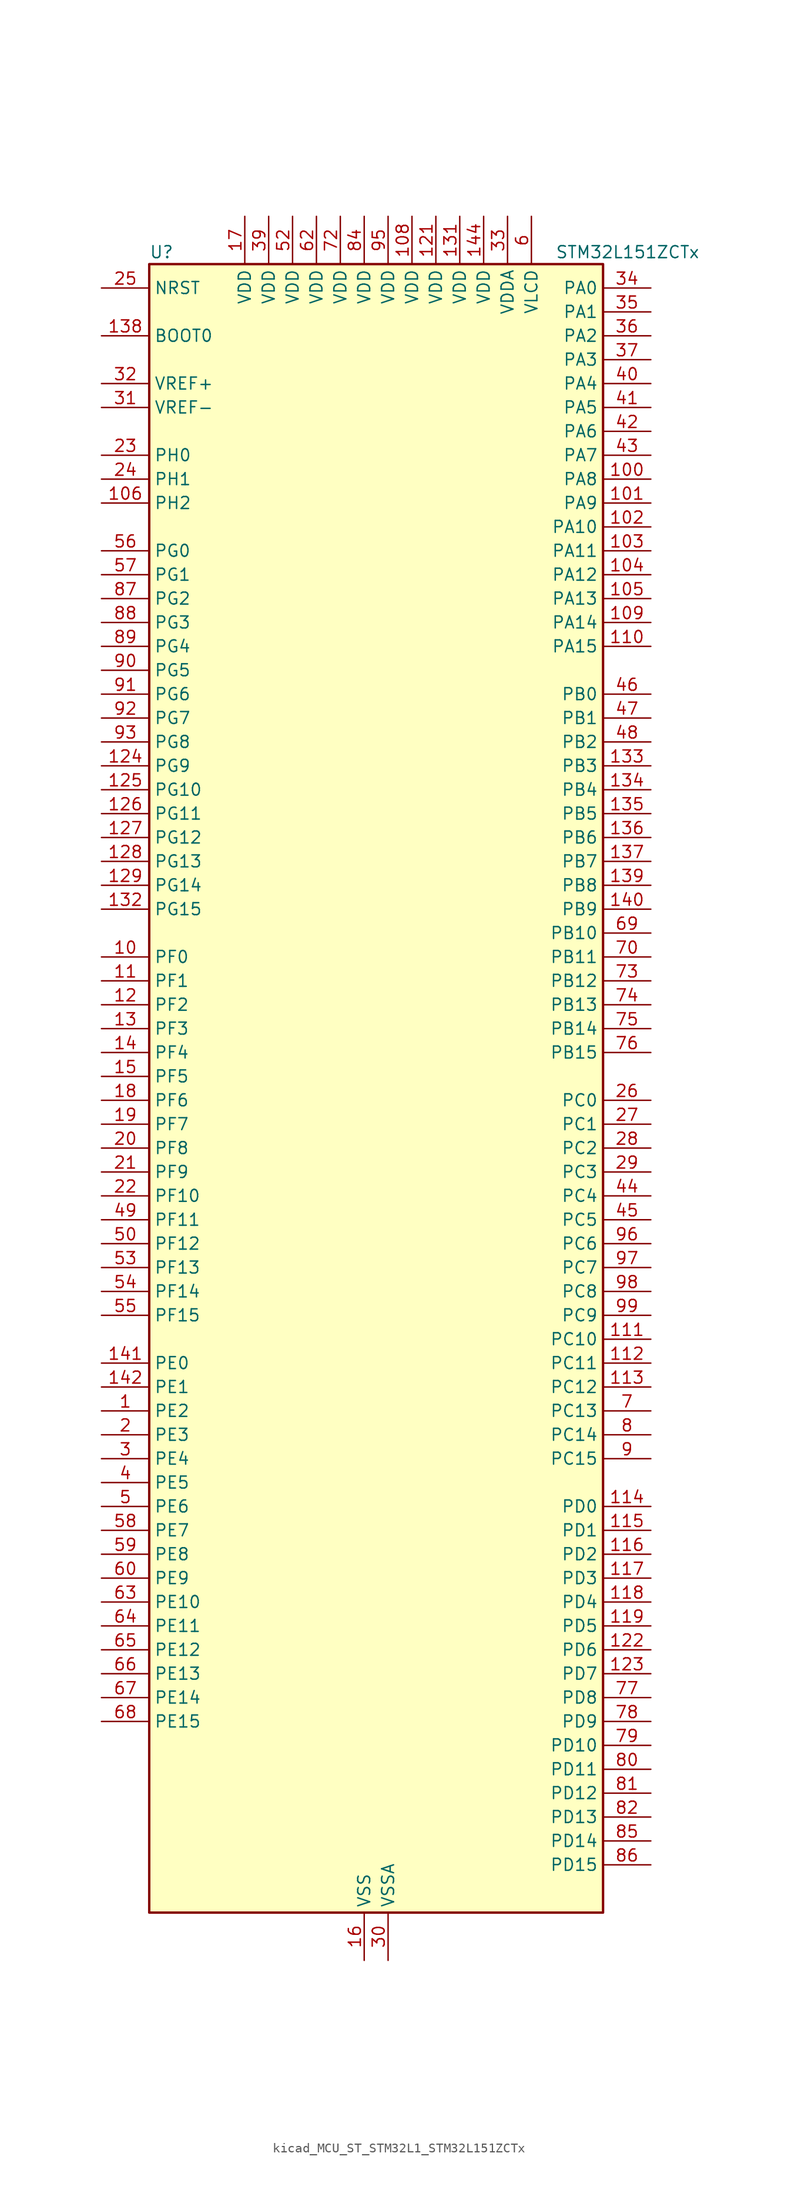
<source format=kicad_sym>
(kicad_symbol_lib
  (version 20220914)
  (generator kicad_symbol_editor)
  (symbol "kicad_MCU_ST_STM32L1_STM32L151ZCTx"
    (property "Reference" "U"
      (at -22.86 90.17 0)
      (effects (font (size 1.27 1.27)) (justify left)))
    (property "Value" "STM32L151ZCTx"
      (at 20.32 90.17 0)
      (effects (font (size 1.27 1.27)) (justify left)))
    (property "ki_locked" ""
      (at 0 0 0)
      (effects (font (size 1.27 1.27))))
    (symbol "kicad_MCU_ST_STM32L1_STM32L151ZCTx_0_1"
      (rectangle (start -22.86 -86.36) (end 25.4 88.9) (stroke (width 0.254) (type default)) (fill (type background))))
    (symbol "kicad_MCU_ST_STM32L1_STM32L151ZCTx_1_1"
      (pin bidirectional line (at -27.94 -33.02 0) (length 5.08) (name "PE2" (effects (font (size 1.27 1.27)))) (number "1" (effects (font (size 1.27 1.27)))) (alternate "SYS_TRACECK" bidirectional line) (alternate "TIM3_ETR" bidirectional line) (alternate "TIMX_IC3" bidirectional line))
      (pin bidirectional line (at -27.94 15.24 0) (length 5.08) (name "PF0" (effects (font (size 1.27 1.27)))) (number "10" (effects (font (size 1.27 1.27)))))
      (pin bidirectional line (at 30.48 66.04 180) (length 5.08) (name "PA8" (effects (font (size 1.27 1.27)))) (number "100" (effects (font (size 1.27 1.27)))) (alternate "RCC_MCO" bidirectional line) (alternate "TIMX_IC1" bidirectional line) (alternate "TS_G4_IO1" bidirectional line) (alternate "USART1_CK" bidirectional line))
      (pin bidirectional line (at 30.48 63.5 180) (length 5.08) (name "PA9" (effects (font (size 1.27 1.27)))) (number "101" (effects (font (size 1.27 1.27)))) (alternate "DAC_EXTI9" bidirectional line) (alternate "TIMX_IC2" bidirectional line) (alternate "TS_G4_IO2" bidirectional line) (alternate "USART1_TX" bidirectional line))
      (pin bidirectional line (at 30.48 60.96 180) (length 5.08) (name "PA10" (effects (font (size 1.27 1.27)))) (number "102" (effects (font (size 1.27 1.27)))) (alternate "TIMX_IC3" bidirectional line) (alternate "TS_G4_IO3" bidirectional line) (alternate "USART1_RX" bidirectional line))
      (pin bidirectional line (at 30.48 58.42 180) (length 5.08) (name "PA11" (effects (font (size 1.27 1.27)))) (number "103" (effects (font (size 1.27 1.27)))) (alternate "ADC_EXTI11" bidirectional line) (alternate "SPI1_MISO" bidirectional line) (alternate "TIMX_IC4" bidirectional line) (alternate "USART1_CTS" bidirectional line) (alternate "USB_DM" bidirectional line))
      (pin bidirectional line (at 30.48 55.88 180) (length 5.08) (name "PA12" (effects (font (size 1.27 1.27)))) (number "104" (effects (font (size 1.27 1.27)))) (alternate "SPI1_MOSI" bidirectional line) (alternate "TIMX_IC1" bidirectional line) (alternate "USART1_RTS" bidirectional line) (alternate "USB_DP" bidirectional line))
      (pin bidirectional line (at 30.48 53.34 180) (length 5.08) (name "PA13" (effects (font (size 1.27 1.27)))) (number "105" (effects (font (size 1.27 1.27)))) (alternate "SYS_JTMS-SWDIO" bidirectional line) (alternate "TIMX_IC2" bidirectional line) (alternate "TS_G5_IO1" bidirectional line))
      (pin bidirectional line (at -27.94 63.5 0) (length 5.08) (name "PH2" (effects (font (size 1.27 1.27)))) (number "106" (effects (font (size 1.27 1.27)))))
      (pin passive line (at 0 -91.44 90) (length 5.08) hide (name "VSS" (effects (font (size 1.27 1.27)))) (number "107" (effects (font (size 1.27 1.27)))))
      (pin power_in line (at 5.08 93.98 270) (length 5.08) (name "VDD" (effects (font (size 1.27 1.27)))) (number "108" (effects (font (size 1.27 1.27)))))
      (pin bidirectional line (at 30.48 50.8 180) (length 5.08) (name "PA14" (effects (font (size 1.27 1.27)))) (number "109" (effects (font (size 1.27 1.27)))) (alternate "SYS_JTCK-SWCLK" bidirectional line) (alternate "TIMX_IC3" bidirectional line) (alternate "TS_G5_IO2" bidirectional line))
      (pin bidirectional line (at -27.94 12.7 0) (length 5.08) (name "PF1" (effects (font (size 1.27 1.27)))) (number "11" (effects (font (size 1.27 1.27)))))
      (pin bidirectional line (at 30.48 48.26 180) (length 5.08) (name "PA15" (effects (font (size 1.27 1.27)))) (number "110" (effects (font (size 1.27 1.27)))) (alternate "ADC_EXTI15" bidirectional line) (alternate "I2S3_WS" bidirectional line) (alternate "SPI1_NSS" bidirectional line) (alternate "SPI3_NSS" bidirectional line) (alternate "SYS_JTDI" bidirectional line) (alternate "TIM2_CH1" bidirectional line) (alternate "TIM2_ETR" bidirectional line) (alternate "TIMX_IC4" bidirectional line) (alternate "TS_G5_IO3" bidirectional line))
      (pin bidirectional line (at 30.48 -25.4 180) (length 5.08) (name "PC10" (effects (font (size 1.27 1.27)))) (number "111" (effects (font (size 1.27 1.27)))) (alternate "I2S3_CK" bidirectional line) (alternate "SPI3_SCK" bidirectional line) (alternate "TIMX_IC3" bidirectional line) (alternate "USART3_TX" bidirectional line))
      (pin bidirectional line (at 30.48 -27.94 180) (length 5.08) (name "PC11" (effects (font (size 1.27 1.27)))) (number "112" (effects (font (size 1.27 1.27)))) (alternate "ADC_EXTI11" bidirectional line) (alternate "SPI3_MISO" bidirectional line) (alternate "TIMX_IC4" bidirectional line) (alternate "USART3_RX" bidirectional line))
      (pin bidirectional line (at 30.48 -30.48 180) (length 5.08) (name "PC12" (effects (font (size 1.27 1.27)))) (number "113" (effects (font (size 1.27 1.27)))) (alternate "I2S3_SD" bidirectional line) (alternate "SPI3_MOSI" bidirectional line) (alternate "TIMX_IC1" bidirectional line) (alternate "USART3_CK" bidirectional line))
      (pin bidirectional line (at 30.48 -43.18 180) (length 5.08) (name "PD0" (effects (font (size 1.27 1.27)))) (number "114" (effects (font (size 1.27 1.27)))) (alternate "I2S2_WS" bidirectional line) (alternate "SPI2_NSS" bidirectional line) (alternate "TIM9_CH1" bidirectional line) (alternate "TIMX_IC1" bidirectional line))
      (pin bidirectional line (at 30.48 -45.72 180) (length 5.08) (name "PD1" (effects (font (size 1.27 1.27)))) (number "115" (effects (font (size 1.27 1.27)))) (alternate "I2S2_CK" bidirectional line) (alternate "SPI2_SCK" bidirectional line) (alternate "TIMX_IC2" bidirectional line))
      (pin bidirectional line (at 30.48 -48.26 180) (length 5.08) (name "PD2" (effects (font (size 1.27 1.27)))) (number "116" (effects (font (size 1.27 1.27)))) (alternate "TIM3_ETR" bidirectional line) (alternate "TIMX_IC3" bidirectional line))
      (pin bidirectional line (at 30.48 -50.8 180) (length 5.08) (name "PD3" (effects (font (size 1.27 1.27)))) (number "117" (effects (font (size 1.27 1.27)))) (alternate "SPI2_MISO" bidirectional line) (alternate "TIMX_IC4" bidirectional line) (alternate "USART2_CTS" bidirectional line))
      (pin bidirectional line (at 30.48 -53.34 180) (length 5.08) (name "PD4" (effects (font (size 1.27 1.27)))) (number "118" (effects (font (size 1.27 1.27)))) (alternate "I2S2_SD" bidirectional line) (alternate "SPI2_MOSI" bidirectional line) (alternate "TIMX_IC1" bidirectional line) (alternate "USART2_RTS" bidirectional line))
      (pin bidirectional line (at 30.48 -55.88 180) (length 5.08) (name "PD5" (effects (font (size 1.27 1.27)))) (number "119" (effects (font (size 1.27 1.27)))) (alternate "TIMX_IC2" bidirectional line) (alternate "USART2_TX" bidirectional line))
      (pin bidirectional line (at -27.94 10.16 0) (length 5.08) (name "PF2" (effects (font (size 1.27 1.27)))) (number "12" (effects (font (size 1.27 1.27)))))
      (pin passive line (at 0 -91.44 90) (length 5.08) hide (name "VSS" (effects (font (size 1.27 1.27)))) (number "120" (effects (font (size 1.27 1.27)))))
      (pin power_in line (at 7.62 93.98 270) (length 5.08) (name "VDD" (effects (font (size 1.27 1.27)))) (number "121" (effects (font (size 1.27 1.27)))))
      (pin bidirectional line (at 30.48 -58.42 180) (length 5.08) (name "PD6" (effects (font (size 1.27 1.27)))) (number "122" (effects (font (size 1.27 1.27)))) (alternate "TIMX_IC3" bidirectional line) (alternate "USART2_RX" bidirectional line))
      (pin bidirectional line (at 30.48 -60.96 180) (length 5.08) (name "PD7" (effects (font (size 1.27 1.27)))) (number "123" (effects (font (size 1.27 1.27)))) (alternate "TIM9_CH2" bidirectional line) (alternate "TIMX_IC4" bidirectional line) (alternate "USART2_CK" bidirectional line))
      (pin bidirectional line (at -27.94 35.56 0) (length 5.08) (name "PG9" (effects (font (size 1.27 1.27)))) (number "124" (effects (font (size 1.27 1.27)))) (alternate "DAC_EXTI9" bidirectional line))
      (pin bidirectional line (at -27.94 33.02 0) (length 5.08) (name "PG10" (effects (font (size 1.27 1.27)))) (number "125" (effects (font (size 1.27 1.27)))))
      (pin bidirectional line (at -27.94 30.48 0) (length 5.08) (name "PG11" (effects (font (size 1.27 1.27)))) (number "126" (effects (font (size 1.27 1.27)))) (alternate "ADC_EXTI11" bidirectional line))
      (pin bidirectional line (at -27.94 27.94 0) (length 5.08) (name "PG12" (effects (font (size 1.27 1.27)))) (number "127" (effects (font (size 1.27 1.27)))))
      (pin bidirectional line (at -27.94 25.4 0) (length 5.08) (name "PG13" (effects (font (size 1.27 1.27)))) (number "128" (effects (font (size 1.27 1.27)))))
      (pin bidirectional line (at -27.94 22.86 0) (length 5.08) (name "PG14" (effects (font (size 1.27 1.27)))) (number "129" (effects (font (size 1.27 1.27)))))
      (pin bidirectional line (at -27.94 7.62 0) (length 5.08) (name "PF3" (effects (font (size 1.27 1.27)))) (number "13" (effects (font (size 1.27 1.27)))))
      (pin passive line (at 0 -91.44 90) (length 5.08) hide (name "VSS" (effects (font (size 1.27 1.27)))) (number "130" (effects (font (size 1.27 1.27)))))
      (pin power_in line (at 10.16 93.98 270) (length 5.08) (name "VDD" (effects (font (size 1.27 1.27)))) (number "131" (effects (font (size 1.27 1.27)))))
      (pin bidirectional line (at -27.94 20.32 0) (length 5.08) (name "PG15" (effects (font (size 1.27 1.27)))) (number "132" (effects (font (size 1.27 1.27)))) (alternate "ADC_EXTI15" bidirectional line))
      (pin bidirectional line (at 30.48 35.56 180) (length 5.08) (name "PB3" (effects (font (size 1.27 1.27)))) (number "133" (effects (font (size 1.27 1.27)))) (alternate "COMP2_INM" bidirectional line) (alternate "I2S3_CK" bidirectional line) (alternate "SPI1_SCK" bidirectional line) (alternate "SPI3_SCK" bidirectional line) (alternate "SYS_JTDO-TRACESWO" bidirectional line) (alternate "TIM2_CH2" bidirectional line))
      (pin bidirectional line (at 30.48 33.02 180) (length 5.08) (name "PB4" (effects (font (size 1.27 1.27)))) (number "134" (effects (font (size 1.27 1.27)))) (alternate "COMP2_INP" bidirectional line) (alternate "SPI1_MISO" bidirectional line) (alternate "SPI3_MISO" bidirectional line) (alternate "SYS_JTRST" bidirectional line) (alternate "TIM3_CH1" bidirectional line) (alternate "TS_G6_IO1" bidirectional line))
      (pin bidirectional line (at 30.48 30.48 180) (length 5.08) (name "PB5" (effects (font (size 1.27 1.27)))) (number "135" (effects (font (size 1.27 1.27)))) (alternate "COMP2_INP" bidirectional line) (alternate "I2C1_SMBA" bidirectional line) (alternate "I2S3_SD" bidirectional line) (alternate "SPI1_MOSI" bidirectional line) (alternate "SPI3_MOSI" bidirectional line) (alternate "TIM3_CH2" bidirectional line) (alternate "TS_G6_IO2" bidirectional line))
      (pin bidirectional line (at 30.48 27.94 180) (length 5.08) (name "PB6" (effects (font (size 1.27 1.27)))) (number "136" (effects (font (size 1.27 1.27)))) (alternate "COMP2_INP" bidirectional line) (alternate "I2C1_SCL" bidirectional line) (alternate "TIM4_CH1" bidirectional line) (alternate "TS_G6_IO3" bidirectional line) (alternate "USART1_TX" bidirectional line))
      (pin bidirectional line (at 30.48 25.4 180) (length 5.08) (name "PB7" (effects (font (size 1.27 1.27)))) (number "137" (effects (font (size 1.27 1.27)))) (alternate "COMP2_INP" bidirectional line) (alternate "I2C1_SDA" bidirectional line) (alternate "SYS_PVD_IN" bidirectional line) (alternate "TIM4_CH2" bidirectional line) (alternate "TS_G6_IO4" bidirectional line) (alternate "USART1_RX" bidirectional line))
      (pin input line (at -27.94 81.28 0) (length 5.08) (name "BOOT0" (effects (font (size 1.27 1.27)))) (number "138" (effects (font (size 1.27 1.27)))))
      (pin bidirectional line (at 30.48 22.86 180) (length 5.08) (name "PB8" (effects (font (size 1.27 1.27)))) (number "139" (effects (font (size 1.27 1.27)))) (alternate "I2C1_SCL" bidirectional line) (alternate "TIM10_CH1" bidirectional line) (alternate "TIM4_CH3" bidirectional line))
      (pin bidirectional line (at -27.94 5.08 0) (length 5.08) (name "PF4" (effects (font (size 1.27 1.27)))) (number "14" (effects (font (size 1.27 1.27)))))
      (pin bidirectional line (at 30.48 20.32 180) (length 5.08) (name "PB9" (effects (font (size 1.27 1.27)))) (number "140" (effects (font (size 1.27 1.27)))) (alternate "DAC_EXTI9" bidirectional line) (alternate "I2C1_SDA" bidirectional line) (alternate "TIM11_CH1" bidirectional line) (alternate "TIM4_CH4" bidirectional line))
      (pin bidirectional line (at -27.94 -27.94 0) (length 5.08) (name "PE0" (effects (font (size 1.27 1.27)))) (number "141" (effects (font (size 1.27 1.27)))) (alternate "TIM10_CH1" bidirectional line) (alternate "TIM4_ETR" bidirectional line) (alternate "TIMX_IC1" bidirectional line))
      (pin bidirectional line (at -27.94 -30.48 0) (length 5.08) (name "PE1" (effects (font (size 1.27 1.27)))) (number "142" (effects (font (size 1.27 1.27)))) (alternate "TIM11_CH1" bidirectional line) (alternate "TIMX_IC2" bidirectional line))
      (pin passive line (at 0 -91.44 90) (length 5.08) hide (name "VSS" (effects (font (size 1.27 1.27)))) (number "143" (effects (font (size 1.27 1.27)))))
      (pin power_in line (at 12.7 93.98 270) (length 5.08) (name "VDD" (effects (font (size 1.27 1.27)))) (number "144" (effects (font (size 1.27 1.27)))))
      (pin bidirectional line (at -27.94 2.54 0) (length 5.08) (name "PF5" (effects (font (size 1.27 1.27)))) (number "15" (effects (font (size 1.27 1.27)))))
      (pin power_in line (at 0 -91.44 90) (length 5.08) (name "VSS" (effects (font (size 1.27 1.27)))) (number "16" (effects (font (size 1.27 1.27)))))
      (pin power_in line (at -12.7 93.98 270) (length 5.08) (name "VDD" (effects (font (size 1.27 1.27)))) (number "17" (effects (font (size 1.27 1.27)))))
      (pin bidirectional line (at -27.94 0 0) (length 5.08) (name "PF6" (effects (font (size 1.27 1.27)))) (number "18" (effects (font (size 1.27 1.27)))) (alternate "ADC_IN27" bidirectional line) (alternate "TIM5_CH1" bidirectional line) (alternate "TIM5_ETR" bidirectional line) (alternate "TS_G11_IO1" bidirectional line))
      (pin bidirectional line (at -27.94 -2.54 0) (length 5.08) (name "PF7" (effects (font (size 1.27 1.27)))) (number "19" (effects (font (size 1.27 1.27)))) (alternate "ADC_IN28" bidirectional line) (alternate "COMP1_INP" bidirectional line) (alternate "TIM5_CH2" bidirectional line) (alternate "TS_G11_IO2" bidirectional line))
      (pin bidirectional line (at -27.94 -35.56 0) (length 5.08) (name "PE3" (effects (font (size 1.27 1.27)))) (number "2" (effects (font (size 1.27 1.27)))) (alternate "SYS_TRACED0" bidirectional line) (alternate "TIM3_CH1" bidirectional line) (alternate "TIMX_IC4" bidirectional line))
      (pin bidirectional line (at -27.94 -5.08 0) (length 5.08) (name "PF8" (effects (font (size 1.27 1.27)))) (number "20" (effects (font (size 1.27 1.27)))) (alternate "ADC_IN29" bidirectional line) (alternate "COMP1_INP" bidirectional line) (alternate "TIM5_CH3" bidirectional line) (alternate "TS_G11_IO3" bidirectional line))
      (pin bidirectional line (at -27.94 -7.62 0) (length 5.08) (name "PF9" (effects (font (size 1.27 1.27)))) (number "21" (effects (font (size 1.27 1.27)))) (alternate "ADC_IN30" bidirectional line) (alternate "COMP1_INP" bidirectional line) (alternate "DAC_EXTI9" bidirectional line) (alternate "TIM5_CH4" bidirectional line) (alternate "TS_G11_IO4" bidirectional line))
      (pin bidirectional line (at -27.94 -10.16 0) (length 5.08) (name "PF10" (effects (font (size 1.27 1.27)))) (number "22" (effects (font (size 1.27 1.27)))) (alternate "ADC_IN31" bidirectional line) (alternate "COMP1_INP" bidirectional line) (alternate "TS_G11_IO5" bidirectional line))
      (pin bidirectional line (at -27.94 68.58 0) (length 5.08) (name "PH0" (effects (font (size 1.27 1.27)))) (number "23" (effects (font (size 1.27 1.27)))) (alternate "RCC_OSC_IN" bidirectional line))
      (pin bidirectional line (at -27.94 66.04 0) (length 5.08) (name "PH1" (effects (font (size 1.27 1.27)))) (number "24" (effects (font (size 1.27 1.27)))) (alternate "RCC_OSC_OUT" bidirectional line))
      (pin input line (at -27.94 86.36 0) (length 5.08) (name "NRST" (effects (font (size 1.27 1.27)))) (number "25" (effects (font (size 1.27 1.27)))))
      (pin bidirectional line (at 30.48 0 180) (length 5.08) (name "PC0" (effects (font (size 1.27 1.27)))) (number "26" (effects (font (size 1.27 1.27)))) (alternate "ADC_IN10" bidirectional line) (alternate "COMP1_INP" bidirectional line) (alternate "TIMX_IC1" bidirectional line) (alternate "TS_G8_IO1" bidirectional line))
      (pin bidirectional line (at 30.48 -2.54 180) (length 5.08) (name "PC1" (effects (font (size 1.27 1.27)))) (number "27" (effects (font (size 1.27 1.27)))) (alternate "ADC_IN11" bidirectional line) (alternate "COMP1_INP" bidirectional line) (alternate "TIMX_IC2" bidirectional line) (alternate "TS_G8_IO2" bidirectional line))
      (pin bidirectional line (at 30.48 -5.08 180) (length 5.08) (name "PC2" (effects (font (size 1.27 1.27)))) (number "28" (effects (font (size 1.27 1.27)))) (alternate "ADC_IN12" bidirectional line) (alternate "COMP1_INP" bidirectional line) (alternate "TIMX_IC3" bidirectional line) (alternate "TS_G8_IO3" bidirectional line))
      (pin bidirectional line (at 30.48 -7.62 180) (length 5.08) (name "PC3" (effects (font (size 1.27 1.27)))) (number "29" (effects (font (size 1.27 1.27)))) (alternate "ADC_IN13" bidirectional line) (alternate "COMP1_INP" bidirectional line) (alternate "TIMX_IC4" bidirectional line) (alternate "TS_G8_IO4" bidirectional line))
      (pin bidirectional line (at -27.94 -38.1 0) (length 5.08) (name "PE4" (effects (font (size 1.27 1.27)))) (number "3" (effects (font (size 1.27 1.27)))) (alternate "SYS_TRACED1" bidirectional line) (alternate "TIM3_CH2" bidirectional line) (alternate "TIMX_IC1" bidirectional line))
      (pin power_in line (at 2.54 -91.44 90) (length 5.08) (name "VSSA" (effects (font (size 1.27 1.27)))) (number "30" (effects (font (size 1.27 1.27)))))
      (pin input line (at -27.94 73.66 0) (length 5.08) (name "VREF-" (effects (font (size 1.27 1.27)))) (number "31" (effects (font (size 1.27 1.27)))))
      (pin input line (at -27.94 76.2 0) (length 5.08) (name "VREF+" (effects (font (size 1.27 1.27)))) (number "32" (effects (font (size 1.27 1.27)))))
      (pin power_in line (at 15.24 93.98 270) (length 5.08) (name "VDDA" (effects (font (size 1.27 1.27)))) (number "33" (effects (font (size 1.27 1.27)))))
      (pin bidirectional line (at 30.48 86.36 180) (length 5.08) (name "PA0" (effects (font (size 1.27 1.27)))) (number "34" (effects (font (size 1.27 1.27)))) (alternate "ADC_IN0" bidirectional line) (alternate "COMP1_INP" bidirectional line) (alternate "RTC_TAMP2" bidirectional line) (alternate "SYS_WKUP1" bidirectional line) (alternate "TIM2_CH1" bidirectional line) (alternate "TIM2_ETR" bidirectional line) (alternate "TIM5_CH1" bidirectional line) (alternate "TIMX_IC1" bidirectional line) (alternate "TS_G1_IO1" bidirectional line) (alternate "USART2_CTS" bidirectional line))
      (pin bidirectional line (at 30.48 83.82 180) (length 5.08) (name "PA1" (effects (font (size 1.27 1.27)))) (number "35" (effects (font (size 1.27 1.27)))) (alternate "ADC_IN1" bidirectional line) (alternate "COMP1_INP" bidirectional line) (alternate "OPAMP1_VINP" bidirectional line) (alternate "TIM2_CH2" bidirectional line) (alternate "TIM5_CH2" bidirectional line) (alternate "TIMX_IC2" bidirectional line) (alternate "TS_G1_IO2" bidirectional line) (alternate "USART2_RTS" bidirectional line))
      (pin bidirectional line (at 30.48 81.28 180) (length 5.08) (name "PA2" (effects (font (size 1.27 1.27)))) (number "36" (effects (font (size 1.27 1.27)))) (alternate "ADC_IN2" bidirectional line) (alternate "COMP1_INP" bidirectional line) (alternate "OPAMP1_VINM" bidirectional line) (alternate "TIM2_CH3" bidirectional line) (alternate "TIM5_CH3" bidirectional line) (alternate "TIM9_CH1" bidirectional line) (alternate "TIMX_IC3" bidirectional line) (alternate "TS_G1_IO3" bidirectional line) (alternate "USART2_TX" bidirectional line))
      (pin bidirectional line (at 30.48 78.74 180) (length 5.08) (name "PA3" (effects (font (size 1.27 1.27)))) (number "37" (effects (font (size 1.27 1.27)))) (alternate "ADC_IN3" bidirectional line) (alternate "COMP1_INP" bidirectional line) (alternate "OPAMP1_VOUT" bidirectional line) (alternate "TIM2_CH4" bidirectional line) (alternate "TIM5_CH4" bidirectional line) (alternate "TIM9_CH2" bidirectional line) (alternate "TIMX_IC4" bidirectional line) (alternate "TS_G1_IO4" bidirectional line) (alternate "USART2_RX" bidirectional line))
      (pin passive line (at 0 -91.44 90) (length 5.08) hide (name "VSS" (effects (font (size 1.27 1.27)))) (number "38" (effects (font (size 1.27 1.27)))))
      (pin power_in line (at -10.16 93.98 270) (length 5.08) (name "VDD" (effects (font (size 1.27 1.27)))) (number "39" (effects (font (size 1.27 1.27)))))
      (pin bidirectional line (at -27.94 -40.64 0) (length 5.08) (name "PE5" (effects (font (size 1.27 1.27)))) (number "4" (effects (font (size 1.27 1.27)))) (alternate "SYS_TRACED2" bidirectional line) (alternate "TIM9_CH1" bidirectional line) (alternate "TIMX_IC2" bidirectional line))
      (pin bidirectional line (at 30.48 76.2 180) (length 5.08) (name "PA4" (effects (font (size 1.27 1.27)))) (number "40" (effects (font (size 1.27 1.27)))) (alternate "ADC_IN4" bidirectional line) (alternate "COMP1_INP" bidirectional line) (alternate "DAC_OUT1" bidirectional line) (alternate "I2S3_WS" bidirectional line) (alternate "SPI1_NSS" bidirectional line) (alternate "SPI3_NSS" bidirectional line) (alternate "TIMX_IC1" bidirectional line) (alternate "USART2_CK" bidirectional line))
      (pin bidirectional line (at 30.48 73.66 180) (length 5.08) (name "PA5" (effects (font (size 1.27 1.27)))) (number "41" (effects (font (size 1.27 1.27)))) (alternate "ADC_IN5" bidirectional line) (alternate "COMP1_INP" bidirectional line) (alternate "DAC_OUT2" bidirectional line) (alternate "SPI1_SCK" bidirectional line) (alternate "TIM2_CH1" bidirectional line) (alternate "TIM2_ETR" bidirectional line) (alternate "TIMX_IC2" bidirectional line))
      (pin bidirectional line (at 30.48 71.12 180) (length 5.08) (name "PA6" (effects (font (size 1.27 1.27)))) (number "42" (effects (font (size 1.27 1.27)))) (alternate "ADC_IN6" bidirectional line) (alternate "COMP1_INP" bidirectional line) (alternate "OPAMP2_VINP" bidirectional line) (alternate "SPI1_MISO" bidirectional line) (alternate "TIM10_CH1" bidirectional line) (alternate "TIM3_CH1" bidirectional line) (alternate "TIMX_IC3" bidirectional line) (alternate "TS_G2_IO1" bidirectional line))
      (pin bidirectional line (at 30.48 68.58 180) (length 5.08) (name "PA7" (effects (font (size 1.27 1.27)))) (number "43" (effects (font (size 1.27 1.27)))) (alternate "ADC_IN7" bidirectional line) (alternate "COMP1_INP" bidirectional line) (alternate "OPAMP2_VINM" bidirectional line) (alternate "SPI1_MOSI" bidirectional line) (alternate "TIM11_CH1" bidirectional line) (alternate "TIM3_CH2" bidirectional line) (alternate "TIMX_IC4" bidirectional line) (alternate "TS_G2_IO2" bidirectional line))
      (pin bidirectional line (at 30.48 -10.16 180) (length 5.08) (name "PC4" (effects (font (size 1.27 1.27)))) (number "44" (effects (font (size 1.27 1.27)))) (alternate "ADC_IN14" bidirectional line) (alternate "COMP1_INP" bidirectional line) (alternate "TIMX_IC1" bidirectional line) (alternate "TS_G9_IO1" bidirectional line))
      (pin bidirectional line (at 30.48 -12.7 180) (length 5.08) (name "PC5" (effects (font (size 1.27 1.27)))) (number "45" (effects (font (size 1.27 1.27)))) (alternate "ADC_IN15" bidirectional line) (alternate "COMP1_INP" bidirectional line) (alternate "TIMX_IC2" bidirectional line) (alternate "TS_G9_IO2" bidirectional line))
      (pin bidirectional line (at 30.48 43.18 180) (length 5.08) (name "PB0" (effects (font (size 1.27 1.27)))) (number "46" (effects (font (size 1.27 1.27)))) (alternate "ADC_IN8" bidirectional line) (alternate "COMP1_INP" bidirectional line) (alternate "OPAMP2_VOUT" bidirectional line) (alternate "SYS_V_REF_OUT" bidirectional line) (alternate "TIM3_CH3" bidirectional line) (alternate "TS_G3_IO1" bidirectional line))
      (pin bidirectional line (at 30.48 40.64 180) (length 5.08) (name "PB1" (effects (font (size 1.27 1.27)))) (number "47" (effects (font (size 1.27 1.27)))) (alternate "ADC_IN9" bidirectional line) (alternate "COMP1_INP" bidirectional line) (alternate "SYS_V_REF_OUT" bidirectional line) (alternate "TIM3_CH4" bidirectional line) (alternate "TS_G3_IO2" bidirectional line))
      (pin bidirectional line (at 30.48 38.1 180) (length 5.08) (name "PB2" (effects (font (size 1.27 1.27)))) (number "48" (effects (font (size 1.27 1.27)))) (alternate "ADC_IN0b" bidirectional line) (alternate "TS_G3_IO3" bidirectional line))
      (pin bidirectional line (at -27.94 -12.7 0) (length 5.08) (name "PF11" (effects (font (size 1.27 1.27)))) (number "49" (effects (font (size 1.27 1.27)))) (alternate "ADC_EXTI11" bidirectional line) (alternate "ADC_IN1b" bidirectional line) (alternate "TS_G3_IO4" bidirectional line))
      (pin bidirectional line (at -27.94 -43.18 0) (length 5.08) (name "PE6" (effects (font (size 1.27 1.27)))) (number "5" (effects (font (size 1.27 1.27)))) (alternate "RTC_TAMP3" bidirectional line) (alternate "SYS_TRACED3" bidirectional line) (alternate "SYS_WKUP3" bidirectional line) (alternate "TIM9_CH2" bidirectional line) (alternate "TIMX_IC3" bidirectional line))
      (pin bidirectional line (at -27.94 -15.24 0) (length 5.08) (name "PF12" (effects (font (size 1.27 1.27)))) (number "50" (effects (font (size 1.27 1.27)))) (alternate "ADC_IN2b" bidirectional line) (alternate "TS_G3_IO5" bidirectional line))
      (pin passive line (at 0 -91.44 90) (length 5.08) hide (name "VSS" (effects (font (size 1.27 1.27)))) (number "51" (effects (font (size 1.27 1.27)))))
      (pin power_in line (at -7.62 93.98 270) (length 5.08) (name "VDD" (effects (font (size 1.27 1.27)))) (number "52" (effects (font (size 1.27 1.27)))))
      (pin bidirectional line (at -27.94 -17.78 0) (length 5.08) (name "PF13" (effects (font (size 1.27 1.27)))) (number "53" (effects (font (size 1.27 1.27)))) (alternate "ADC_IN3b" bidirectional line) (alternate "TS_G9_IO3" bidirectional line))
      (pin bidirectional line (at -27.94 -20.32 0) (length 5.08) (name "PF14" (effects (font (size 1.27 1.27)))) (number "54" (effects (font (size 1.27 1.27)))) (alternate "ADC_IN6b" bidirectional line) (alternate "TS_G9_IO4" bidirectional line))
      (pin bidirectional line (at -27.94 -22.86 0) (length 5.08) (name "PF15" (effects (font (size 1.27 1.27)))) (number "55" (effects (font (size 1.27 1.27)))) (alternate "ADC_EXTI15" bidirectional line) (alternate "ADC_IN7b" bidirectional line) (alternate "TS_G2_IO3" bidirectional line))
      (pin bidirectional line (at -27.94 58.42 0) (length 5.08) (name "PG0" (effects (font (size 1.27 1.27)))) (number "56" (effects (font (size 1.27 1.27)))) (alternate "ADC_IN8b" bidirectional line) (alternate "TS_G2_IO4" bidirectional line))
      (pin bidirectional line (at -27.94 55.88 0) (length 5.08) (name "PG1" (effects (font (size 1.27 1.27)))) (number "57" (effects (font (size 1.27 1.27)))) (alternate "ADC_IN9b" bidirectional line) (alternate "TS_G2_IO5" bidirectional line))
      (pin bidirectional line (at -27.94 -45.72 0) (length 5.08) (name "PE7" (effects (font (size 1.27 1.27)))) (number "58" (effects (font (size 1.27 1.27)))) (alternate "ADC_IN22" bidirectional line) (alternate "COMP1_INP" bidirectional line) (alternate "TIMX_IC4" bidirectional line))
      (pin bidirectional line (at -27.94 -48.26 0) (length 5.08) (name "PE8" (effects (font (size 1.27 1.27)))) (number "59" (effects (font (size 1.27 1.27)))) (alternate "ADC_IN23" bidirectional line) (alternate "COMP1_INP" bidirectional line) (alternate "TIMX_IC1" bidirectional line))
      (pin power_in line (at 17.78 93.98 270) (length 5.08) (name "VLCD" (effects (font (size 1.27 1.27)))) (number "6" (effects (font (size 1.27 1.27)))))
      (pin bidirectional line (at -27.94 -50.8 0) (length 5.08) (name "PE9" (effects (font (size 1.27 1.27)))) (number "60" (effects (font (size 1.27 1.27)))) (alternate "ADC_IN24" bidirectional line) (alternate "COMP1_INP" bidirectional line) (alternate "DAC_EXTI9" bidirectional line) (alternate "TIM2_CH1" bidirectional line) (alternate "TIM2_ETR" bidirectional line) (alternate "TIMX_IC2" bidirectional line))
      (pin passive line (at 0 -91.44 90) (length 5.08) hide (name "VSS" (effects (font (size 1.27 1.27)))) (number "61" (effects (font (size 1.27 1.27)))))
      (pin power_in line (at -5.08 93.98 270) (length 5.08) (name "VDD" (effects (font (size 1.27 1.27)))) (number "62" (effects (font (size 1.27 1.27)))))
      (pin bidirectional line (at -27.94 -53.34 0) (length 5.08) (name "PE10" (effects (font (size 1.27 1.27)))) (number "63" (effects (font (size 1.27 1.27)))) (alternate "ADC_IN25" bidirectional line) (alternate "COMP1_INP" bidirectional line) (alternate "TIM2_CH2" bidirectional line) (alternate "TIMX_IC3" bidirectional line))
      (pin bidirectional line (at -27.94 -55.88 0) (length 5.08) (name "PE11" (effects (font (size 1.27 1.27)))) (number "64" (effects (font (size 1.27 1.27)))) (alternate "ADC_EXTI11" bidirectional line) (alternate "TIM2_CH3" bidirectional line) (alternate "TIMX_IC4" bidirectional line))
      (pin bidirectional line (at -27.94 -58.42 0) (length 5.08) (name "PE12" (effects (font (size 1.27 1.27)))) (number "65" (effects (font (size 1.27 1.27)))) (alternate "SPI1_NSS" bidirectional line) (alternate "TIM2_CH4" bidirectional line) (alternate "TIMX_IC1" bidirectional line))
      (pin bidirectional line (at -27.94 -60.96 0) (length 5.08) (name "PE13" (effects (font (size 1.27 1.27)))) (number "66" (effects (font (size 1.27 1.27)))) (alternate "SPI1_SCK" bidirectional line) (alternate "TIMX_IC2" bidirectional line))
      (pin bidirectional line (at -27.94 -63.5 0) (length 5.08) (name "PE14" (effects (font (size 1.27 1.27)))) (number "67" (effects (font (size 1.27 1.27)))) (alternate "SPI1_MISO" bidirectional line) (alternate "TIMX_IC3" bidirectional line))
      (pin bidirectional line (at -27.94 -66.04 0) (length 5.08) (name "PE15" (effects (font (size 1.27 1.27)))) (number "68" (effects (font (size 1.27 1.27)))) (alternate "ADC_EXTI15" bidirectional line) (alternate "SPI1_MOSI" bidirectional line) (alternate "TIMX_IC4" bidirectional line))
      (pin bidirectional line (at 30.48 17.78 180) (length 5.08) (name "PB10" (effects (font (size 1.27 1.27)))) (number "69" (effects (font (size 1.27 1.27)))) (alternate "I2C2_SCL" bidirectional line) (alternate "TIM2_CH3" bidirectional line) (alternate "USART3_TX" bidirectional line))
      (pin bidirectional line (at 30.48 -33.02 180) (length 5.08) (name "PC13" (effects (font (size 1.27 1.27)))) (number "7" (effects (font (size 1.27 1.27)))) (alternate "RTC_OUT_ALARM" bidirectional line) (alternate "RTC_OUT_CALIB" bidirectional line) (alternate "RTC_TAMP1" bidirectional line) (alternate "RTC_TS" bidirectional line) (alternate "SYS_WKUP2" bidirectional line) (alternate "TIMX_IC2" bidirectional line))
      (pin bidirectional line (at 30.48 15.24 180) (length 5.08) (name "PB11" (effects (font (size 1.27 1.27)))) (number "70" (effects (font (size 1.27 1.27)))) (alternate "ADC_EXTI11" bidirectional line) (alternate "I2C2_SDA" bidirectional line) (alternate "TIM2_CH4" bidirectional line) (alternate "USART3_RX" bidirectional line))
      (pin passive line (at 0 -91.44 90) (length 5.08) hide (name "VSS" (effects (font (size 1.27 1.27)))) (number "71" (effects (font (size 1.27 1.27)))))
      (pin power_in line (at -2.54 93.98 270) (length 5.08) (name "VDD" (effects (font (size 1.27 1.27)))) (number "72" (effects (font (size 1.27 1.27)))))
      (pin bidirectional line (at 30.48 12.7 180) (length 5.08) (name "PB12" (effects (font (size 1.27 1.27)))) (number "73" (effects (font (size 1.27 1.27)))) (alternate "ADC_IN18" bidirectional line) (alternate "COMP1_INP" bidirectional line) (alternate "I2C2_SMBA" bidirectional line) (alternate "I2S2_WS" bidirectional line) (alternate "SPI2_NSS" bidirectional line) (alternate "TIM10_CH1" bidirectional line) (alternate "TS_G7_IO1" bidirectional line) (alternate "USART3_CK" bidirectional line))
      (pin bidirectional line (at 30.48 10.16 180) (length 5.08) (name "PB13" (effects (font (size 1.27 1.27)))) (number "74" (effects (font (size 1.27 1.27)))) (alternate "ADC_IN19" bidirectional line) (alternate "COMP1_INP" bidirectional line) (alternate "I2S2_CK" bidirectional line) (alternate "SPI2_SCK" bidirectional line) (alternate "TIM9_CH1" bidirectional line) (alternate "TS_G7_IO2" bidirectional line) (alternate "USART3_CTS" bidirectional line))
      (pin bidirectional line (at 30.48 7.62 180) (length 5.08) (name "PB14" (effects (font (size 1.27 1.27)))) (number "75" (effects (font (size 1.27 1.27)))) (alternate "ADC_IN20" bidirectional line) (alternate "COMP1_INP" bidirectional line) (alternate "SPI2_MISO" bidirectional line) (alternate "TIM9_CH2" bidirectional line) (alternate "TS_G7_IO3" bidirectional line) (alternate "USART3_RTS" bidirectional line))
      (pin bidirectional line (at 30.48 5.08 180) (length 5.08) (name "PB15" (effects (font (size 1.27 1.27)))) (number "76" (effects (font (size 1.27 1.27)))) (alternate "ADC_EXTI15" bidirectional line) (alternate "ADC_IN21" bidirectional line) (alternate "COMP1_INP" bidirectional line) (alternate "I2S2_SD" bidirectional line) (alternate "RTC_REFIN" bidirectional line) (alternate "SPI2_MOSI" bidirectional line) (alternate "TIM11_CH1" bidirectional line) (alternate "TS_G7_IO4" bidirectional line))
      (pin bidirectional line (at 30.48 -63.5 180) (length 5.08) (name "PD8" (effects (font (size 1.27 1.27)))) (number "77" (effects (font (size 1.27 1.27)))) (alternate "TIMX_IC1" bidirectional line) (alternate "USART3_TX" bidirectional line))
      (pin bidirectional line (at 30.48 -66.04 180) (length 5.08) (name "PD9" (effects (font (size 1.27 1.27)))) (number "78" (effects (font (size 1.27 1.27)))) (alternate "DAC_EXTI9" bidirectional line) (alternate "TIMX_IC2" bidirectional line) (alternate "USART3_RX" bidirectional line))
      (pin bidirectional line (at 30.48 -68.58 180) (length 5.08) (name "PD10" (effects (font (size 1.27 1.27)))) (number "79" (effects (font (size 1.27 1.27)))) (alternate "TIMX_IC3" bidirectional line) (alternate "USART3_CK" bidirectional line))
      (pin bidirectional line (at 30.48 -35.56 180) (length 5.08) (name "PC14" (effects (font (size 1.27 1.27)))) (number "8" (effects (font (size 1.27 1.27)))) (alternate "RCC_OSC32_IN" bidirectional line) (alternate "TIMX_IC3" bidirectional line))
      (pin bidirectional line (at 30.48 -71.12 180) (length 5.08) (name "PD11" (effects (font (size 1.27 1.27)))) (number "80" (effects (font (size 1.27 1.27)))) (alternate "ADC_EXTI11" bidirectional line) (alternate "TIMX_IC4" bidirectional line) (alternate "USART3_CTS" bidirectional line))
      (pin bidirectional line (at 30.48 -73.66 180) (length 5.08) (name "PD12" (effects (font (size 1.27 1.27)))) (number "81" (effects (font (size 1.27 1.27)))) (alternate "TIM4_CH1" bidirectional line) (alternate "TIMX_IC1" bidirectional line) (alternate "USART3_RTS" bidirectional line))
      (pin bidirectional line (at 30.48 -76.2 180) (length 5.08) (name "PD13" (effects (font (size 1.27 1.27)))) (number "82" (effects (font (size 1.27 1.27)))) (alternate "TIM4_CH2" bidirectional line) (alternate "TIMX_IC2" bidirectional line))
      (pin passive line (at 0 -91.44 90) (length 5.08) hide (name "VSS" (effects (font (size 1.27 1.27)))) (number "83" (effects (font (size 1.27 1.27)))))
      (pin power_in line (at 0 93.98 270) (length 5.08) (name "VDD" (effects (font (size 1.27 1.27)))) (number "84" (effects (font (size 1.27 1.27)))))
      (pin bidirectional line (at 30.48 -78.74 180) (length 5.08) (name "PD14" (effects (font (size 1.27 1.27)))) (number "85" (effects (font (size 1.27 1.27)))) (alternate "TIM4_CH3" bidirectional line) (alternate "TIMX_IC3" bidirectional line))
      (pin bidirectional line (at 30.48 -81.28 180) (length 5.08) (name "PD15" (effects (font (size 1.27 1.27)))) (number "86" (effects (font (size 1.27 1.27)))) (alternate "ADC_EXTI15" bidirectional line) (alternate "TIM4_CH4" bidirectional line) (alternate "TIMX_IC4" bidirectional line))
      (pin bidirectional line (at -27.94 53.34 0) (length 5.08) (name "PG2" (effects (font (size 1.27 1.27)))) (number "87" (effects (font (size 1.27 1.27)))) (alternate "ADC_IN10b" bidirectional line) (alternate "TS_G7_IO5" bidirectional line))
      (pin bidirectional line (at -27.94 50.8 0) (length 5.08) (name "PG3" (effects (font (size 1.27 1.27)))) (number "88" (effects (font (size 1.27 1.27)))) (alternate "ADC_IN11b" bidirectional line) (alternate "TS_G7_IO6" bidirectional line))
      (pin bidirectional line (at -27.94 48.26 0) (length 5.08) (name "PG4" (effects (font (size 1.27 1.27)))) (number "89" (effects (font (size 1.27 1.27)))) (alternate "ADC_IN12b" bidirectional line) (alternate "TS_G7_IO7" bidirectional line))
      (pin bidirectional line (at 30.48 -38.1 180) (length 5.08) (name "PC15" (effects (font (size 1.27 1.27)))) (number "9" (effects (font (size 1.27 1.27)))) (alternate "ADC_EXTI15" bidirectional line) (alternate "RCC_OSC32_OUT" bidirectional line) (alternate "TIMX_IC4" bidirectional line))
      (pin bidirectional line (at -27.94 45.72 0) (length 5.08) (name "PG5" (effects (font (size 1.27 1.27)))) (number "90" (effects (font (size 1.27 1.27)))))
      (pin bidirectional line (at -27.94 43.18 0) (length 5.08) (name "PG6" (effects (font (size 1.27 1.27)))) (number "91" (effects (font (size 1.27 1.27)))))
      (pin bidirectional line (at -27.94 40.64 0) (length 5.08) (name "PG7" (effects (font (size 1.27 1.27)))) (number "92" (effects (font (size 1.27 1.27)))))
      (pin bidirectional line (at -27.94 38.1 0) (length 5.08) (name "PG8" (effects (font (size 1.27 1.27)))) (number "93" (effects (font (size 1.27 1.27)))))
      (pin passive line (at 0 -91.44 90) (length 5.08) hide (name "VSS" (effects (font (size 1.27 1.27)))) (number "94" (effects (font (size 1.27 1.27)))))
      (pin power_in line (at 2.54 93.98 270) (length 5.08) (name "VDD" (effects (font (size 1.27 1.27)))) (number "95" (effects (font (size 1.27 1.27)))))
      (pin bidirectional line (at 30.48 -15.24 180) (length 5.08) (name "PC6" (effects (font (size 1.27 1.27)))) (number "96" (effects (font (size 1.27 1.27)))) (alternate "I2S2_MCK" bidirectional line) (alternate "TIM3_CH1" bidirectional line) (alternate "TIMX_IC3" bidirectional line) (alternate "TS_G10_IO1" bidirectional line))
      (pin bidirectional line (at 30.48 -17.78 180) (length 5.08) (name "PC7" (effects (font (size 1.27 1.27)))) (number "97" (effects (font (size 1.27 1.27)))) (alternate "I2S3_MCK" bidirectional line) (alternate "TIM3_CH2" bidirectional line) (alternate "TIMX_IC4" bidirectional line) (alternate "TS_G10_IO2" bidirectional line))
      (pin bidirectional line (at 30.48 -20.32 180) (length 5.08) (name "PC8" (effects (font (size 1.27 1.27)))) (number "98" (effects (font (size 1.27 1.27)))) (alternate "TIM3_CH3" bidirectional line) (alternate "TIMX_IC1" bidirectional line) (alternate "TS_G10_IO3" bidirectional line))
      (pin bidirectional line (at 30.48 -22.86 180) (length 5.08) (name "PC9" (effects (font (size 1.27 1.27)))) (number "99" (effects (font (size 1.27 1.27)))) (alternate "DAC_EXTI9" bidirectional line) (alternate "TIM3_CH4" bidirectional line) (alternate "TIMX_IC2" bidirectional line) (alternate "TS_G10_IO4" bidirectional line)))))
</source>
